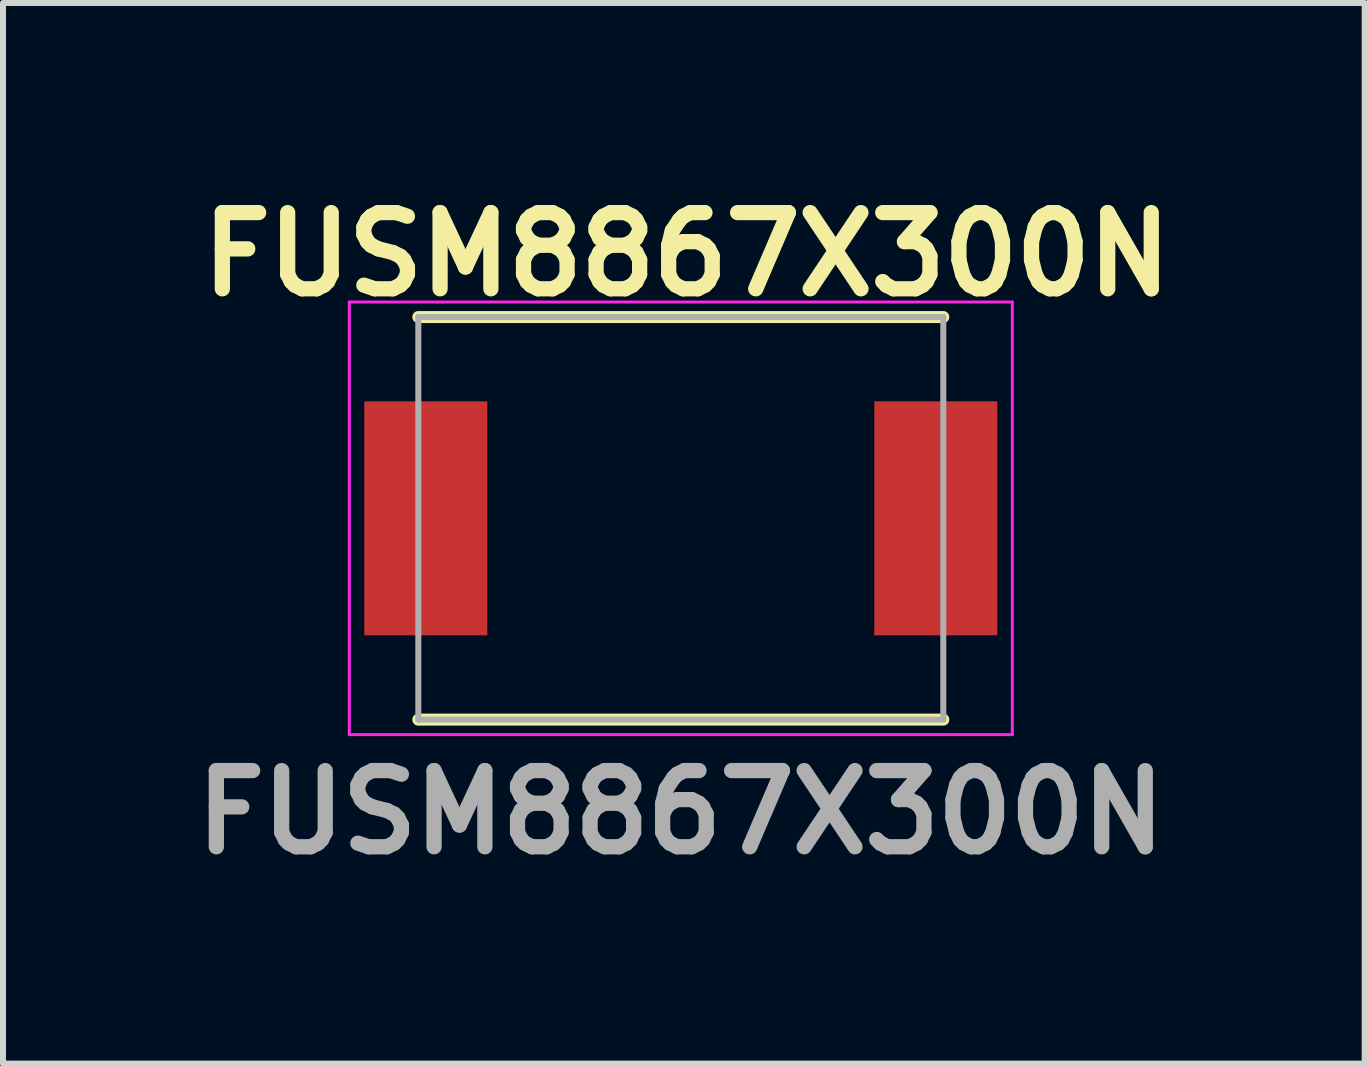
<source format=kicad_pcb>
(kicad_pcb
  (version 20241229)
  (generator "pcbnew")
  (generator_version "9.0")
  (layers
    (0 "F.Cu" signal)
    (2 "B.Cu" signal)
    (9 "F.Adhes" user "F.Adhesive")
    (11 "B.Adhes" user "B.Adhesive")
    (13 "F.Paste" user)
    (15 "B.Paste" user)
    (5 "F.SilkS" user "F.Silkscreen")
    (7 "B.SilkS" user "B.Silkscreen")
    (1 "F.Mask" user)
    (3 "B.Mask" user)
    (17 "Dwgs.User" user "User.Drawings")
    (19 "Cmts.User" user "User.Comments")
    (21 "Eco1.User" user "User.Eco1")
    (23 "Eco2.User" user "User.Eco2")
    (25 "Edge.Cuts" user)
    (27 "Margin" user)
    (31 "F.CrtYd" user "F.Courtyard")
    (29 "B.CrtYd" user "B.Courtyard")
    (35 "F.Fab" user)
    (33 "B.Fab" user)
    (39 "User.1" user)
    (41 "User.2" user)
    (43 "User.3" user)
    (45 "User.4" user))
  (footprint "FUSM8867X300N"
    (layer "F.Cu")
    (at 8.297 5.589)
    (property "Reference" "FUSM8867X300N" (at 0.1 -4.4 0) (layer "F.SilkS") (effects (font (size 1.27 1.27) (thickness 0.254))))
    (attr smd)
    (fp_line (start -4.375 3.355) (end 4.375 3.355) (stroke (width 0.2) (type solid)) (layer "F.SilkS"))
    (fp_line (start 4.375 -3.355) (end -4.375 -3.355) (stroke (width 0.2) (type solid)) (layer "F.SilkS"))
    (fp_line (start -5.525 -3.605) (end 5.525 -3.605) (stroke (width 0.05) (type solid)) (layer "F.CrtYd"))
    (fp_line (start -5.525 3.605) (end -5.525 -3.605) (stroke (width 0.05) (type solid)) (layer "F.CrtYd"))
    (fp_line (start 5.525 -3.605) (end 5.525 3.605) (stroke (width 0.05) (type solid)) (layer "F.CrtYd"))
    (fp_line (start 5.525 3.605) (end -5.525 3.605) (stroke (width 0.05) (type solid)) (layer "F.CrtYd"))
    (fp_line (start -4.375 -3.355) (end 4.375 -3.355) (stroke (width 0.1) (type solid)) (layer "F.Fab"))
    (fp_line (start -4.375 3.355) (end -4.375 -3.355) (stroke (width 0.1) (type solid)) (layer "F.Fab"))
    (fp_line (start 4.375 -3.355) (end 4.375 3.355) (stroke (width 0.1) (type solid)) (layer "F.Fab"))
    (fp_line (start 4.375 3.355) (end -4.375 3.355) (stroke (width 0.1) (type solid)) (layer "F.Fab"))
    (fp_text user "${REFERENCE}" (at 0 4.9 0) (layer "F.Fab") (effects (font (size 1.27 1.27) (thickness 0.254))))
    (pad "1" smd rect (at -4.25 0) (size 2.05 3.9) (layers "F.Cu" "F.Mask" "F.Paste"))
    (pad "2" smd rect (at 4.25 0) (size 2.05 3.9) (layers "F.Cu" "F.Mask" "F.Paste")))
  (gr_rect
    (start -3 -3)
    (end 19.695 14.677)
    (stroke (width 0.1) (type default))
    (fill no)
    (layer "Edge.Cuts")))
</source>
